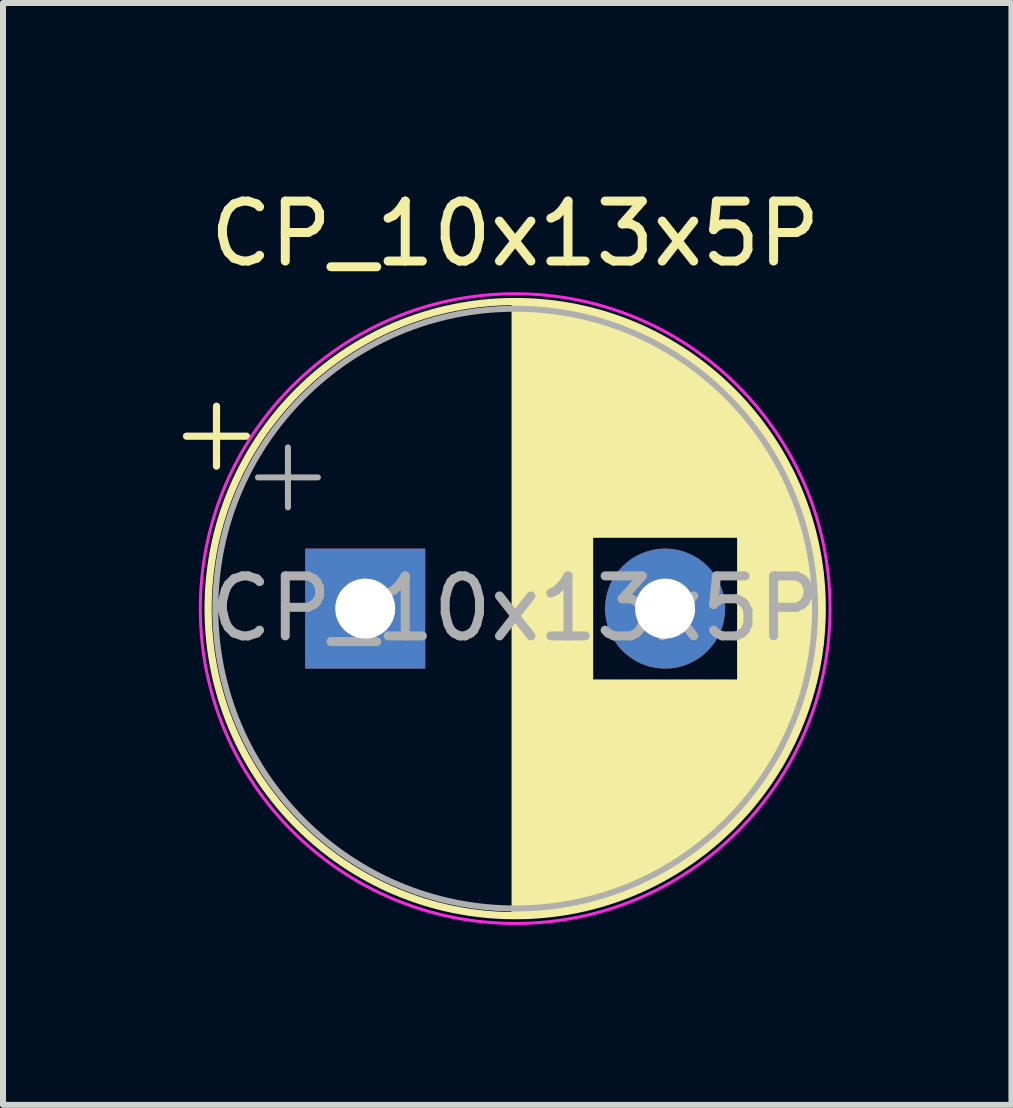
<source format=kicad_pcb>
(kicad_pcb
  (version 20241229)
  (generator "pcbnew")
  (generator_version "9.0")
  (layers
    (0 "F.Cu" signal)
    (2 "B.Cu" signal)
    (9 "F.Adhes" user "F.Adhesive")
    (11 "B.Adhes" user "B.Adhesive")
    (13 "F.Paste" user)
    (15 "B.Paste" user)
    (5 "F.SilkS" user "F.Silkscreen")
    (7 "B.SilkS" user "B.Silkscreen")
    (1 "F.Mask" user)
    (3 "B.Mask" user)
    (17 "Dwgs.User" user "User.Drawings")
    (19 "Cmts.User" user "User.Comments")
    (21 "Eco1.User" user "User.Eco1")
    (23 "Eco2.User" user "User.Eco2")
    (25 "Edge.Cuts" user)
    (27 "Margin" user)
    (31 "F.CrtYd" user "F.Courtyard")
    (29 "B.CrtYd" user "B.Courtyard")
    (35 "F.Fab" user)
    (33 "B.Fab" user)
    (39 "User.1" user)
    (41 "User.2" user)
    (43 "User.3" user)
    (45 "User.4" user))
  (footprint "CP_10x13x5P"
    (layer "F.Cu")
    (at 3.04 7.098)
    (property "Reference" "CP_10x13x5P" (at 2.5 -6.25 0) (layer "F.SilkS") (effects (font (size 1 1) (thickness 0.15))))
    (attr through_hole)
    (fp_line (start -2.98 -2.875) (end -1.98 -2.875) (stroke (width 0.12) (type solid)) (layer "F.SilkS"))
    (fp_line (start -2.48 -3.375) (end -2.48 -2.375) (stroke (width 0.12) (type solid)) (layer "F.SilkS"))
    (fp_line (start 2.5 -5.08) (end 2.5 5.08) (stroke (width 0.12) (type solid)) (layer "F.SilkS"))
    (fp_line (start 2.54 -5.08) (end 2.54 5.08) (stroke (width 0.12) (type solid)) (layer "F.SilkS"))
    (fp_line (start 2.58 -5.08) (end 2.58 5.08) (stroke (width 0.12) (type solid)) (layer "F.SilkS"))
    (fp_line (start 2.62 -5.079) (end 2.62 5.079) (stroke (width 0.12) (type solid)) (layer "F.SilkS"))
    (fp_line (start 2.66 -5.078) (end 2.66 5.078) (stroke (width 0.12) (type solid)) (layer "F.SilkS"))
    (fp_line (start 2.7 -5.077) (end 2.7 5.077) (stroke (width 0.12) (type solid)) (layer "F.SilkS"))
    (fp_line (start 2.74 -5.075) (end 2.74 5.075) (stroke (width 0.12) (type solid)) (layer "F.SilkS"))
    (fp_line (start 2.78 -5.073) (end 2.78 5.073) (stroke (width 0.12) (type solid)) (layer "F.SilkS"))
    (fp_line (start 2.82 -5.07) (end 2.82 5.07) (stroke (width 0.12) (type solid)) (layer "F.SilkS"))
    (fp_line (start 2.86 -5.068) (end 2.86 5.068) (stroke (width 0.12) (type solid)) (layer "F.SilkS"))
    (fp_line (start 2.9 -5.065) (end 2.9 5.065) (stroke (width 0.12) (type solid)) (layer "F.SilkS"))
    (fp_line (start 2.94 -5.062) (end 2.94 5.062) (stroke (width 0.12) (type solid)) (layer "F.SilkS"))
    (fp_line (start 2.98 -5.058) (end 2.98 5.058) (stroke (width 0.12) (type solid)) (layer "F.SilkS"))
    (fp_line (start 3.02 -5.054) (end 3.02 5.054) (stroke (width 0.12) (type solid)) (layer "F.SilkS"))
    (fp_line (start 3.06 -5.05) (end 3.06 5.05) (stroke (width 0.12) (type solid)) (layer "F.SilkS"))
    (fp_line (start 3.1 -5.045) (end 3.1 5.045) (stroke (width 0.12) (type solid)) (layer "F.SilkS"))
    (fp_line (start 3.14 -5.04) (end 3.14 5.04) (stroke (width 0.12) (type solid)) (layer "F.SilkS"))
    (fp_line (start 3.18 -5.035) (end 3.18 5.035) (stroke (width 0.12) (type solid)) (layer "F.SilkS"))
    (fp_line (start 3.221 -5.03) (end 3.221 5.03) (stroke (width 0.12) (type solid)) (layer "F.SilkS"))
    (fp_line (start 3.261 -5.024) (end 3.261 5.024) (stroke (width 0.12) (type solid)) (layer "F.SilkS"))
    (fp_line (start 3.301 -5.018) (end 3.301 5.018) (stroke (width 0.12) (type solid)) (layer "F.SilkS"))
    (fp_line (start 3.341 -5.011) (end 3.341 5.011) (stroke (width 0.12) (type solid)) (layer "F.SilkS"))
    (fp_line (start 3.381 -5.004) (end 3.381 5.004) (stroke (width 0.12) (type solid)) (layer "F.SilkS"))
    (fp_line (start 3.421 -4.997) (end 3.421 4.997) (stroke (width 0.12) (type solid)) (layer "F.SilkS"))
    (fp_line (start 3.461 -4.99) (end 3.461 4.99) (stroke (width 0.12) (type solid)) (layer "F.SilkS"))
    (fp_line (start 3.501 -4.982) (end 3.501 4.982) (stroke (width 0.12) (type solid)) (layer "F.SilkS"))
    (fp_line (start 3.541 -4.974) (end 3.541 4.974) (stroke (width 0.12) (type solid)) (layer "F.SilkS"))
    (fp_line (start 3.581 -4.965) (end 3.581 4.965) (stroke (width 0.12) (type solid)) (layer "F.SilkS"))
    (fp_line (start 3.621 -4.956) (end 3.621 4.956) (stroke (width 0.12) (type solid)) (layer "F.SilkS"))
    (fp_line (start 3.661 -4.947) (end 3.661 4.947) (stroke (width 0.12) (type solid)) (layer "F.SilkS"))
    (fp_line (start 3.701 -4.938) (end 3.701 4.938) (stroke (width 0.12) (type solid)) (layer "F.SilkS"))
    (fp_line (start 3.741 -4.928) (end 3.741 4.928) (stroke (width 0.12) (type solid)) (layer "F.SilkS"))
    (fp_line (start 3.781 -4.918) (end 3.781 -1.241) (stroke (width 0.12) (type solid)) (layer "F.SilkS"))
    (fp_line (start 3.781 1.241) (end 3.781 4.918) (stroke (width 0.12) (type solid)) (layer "F.SilkS"))
    (fp_line (start 3.821 -4.907) (end 3.821 -1.241) (stroke (width 0.12) (type solid)) (layer "F.SilkS"))
    (fp_line (start 3.821 1.241) (end 3.821 4.907) (stroke (width 0.12) (type solid)) (layer "F.SilkS"))
    (fp_line (start 3.861 -4.897) (end 3.861 -1.241) (stroke (width 0.12) (type solid)) (layer "F.SilkS"))
    (fp_line (start 3.861 1.241) (end 3.861 4.897) (stroke (width 0.12) (type solid)) (layer "F.SilkS"))
    (fp_line (start 3.901 -4.885) (end 3.901 -1.241) (stroke (width 0.12) (type solid)) (layer "F.SilkS"))
    (fp_line (start 3.901 1.241) (end 3.901 4.885) (stroke (width 0.12) (type solid)) (layer "F.SilkS"))
    (fp_line (start 3.941 -4.874) (end 3.941 -1.241) (stroke (width 0.12) (type solid)) (layer "F.SilkS"))
    (fp_line (start 3.941 1.241) (end 3.941 4.874) (stroke (width 0.12) (type solid)) (layer "F.SilkS"))
    (fp_line (start 3.981 -4.862) (end 3.981 -1.241) (stroke (width 0.12) (type solid)) (layer "F.SilkS"))
    (fp_line (start 3.981 1.241) (end 3.981 4.862) (stroke (width 0.12) (type solid)) (layer "F.SilkS"))
    (fp_line (start 4.021 -4.85) (end 4.021 -1.241) (stroke (width 0.12) (type solid)) (layer "F.SilkS"))
    (fp_line (start 4.021 1.241) (end 4.021 4.85) (stroke (width 0.12) (type solid)) (layer "F.SilkS"))
    (fp_line (start 4.061 -4.837) (end 4.061 -1.241) (stroke (width 0.12) (type solid)) (layer "F.SilkS"))
    (fp_line (start 4.061 1.241) (end 4.061 4.837) (stroke (width 0.12) (type solid)) (layer "F.SilkS"))
    (fp_line (start 4.101 -4.824) (end 4.101 -1.241) (stroke (width 0.12) (type solid)) (layer "F.SilkS"))
    (fp_line (start 4.101 1.241) (end 4.101 4.824) (stroke (width 0.12) (type solid)) (layer "F.SilkS"))
    (fp_line (start 4.141 -4.811) (end 4.141 -1.241) (stroke (width 0.12) (type solid)) (layer "F.SilkS"))
    (fp_line (start 4.141 1.241) (end 4.141 4.811) (stroke (width 0.12) (type solid)) (layer "F.SilkS"))
    (fp_line (start 4.181 -4.797) (end 4.181 -1.241) (stroke (width 0.12) (type solid)) (layer "F.SilkS"))
    (fp_line (start 4.181 1.241) (end 4.181 4.797) (stroke (width 0.12) (type solid)) (layer "F.SilkS"))
    (fp_line (start 4.221 -4.783) (end 4.221 -1.241) (stroke (width 0.12) (type solid)) (layer "F.SilkS"))
    (fp_line (start 4.221 1.241) (end 4.221 4.783) (stroke (width 0.12) (type solid)) (layer "F.SilkS"))
    (fp_line (start 4.261 -4.768) (end 4.261 -1.241) (stroke (width 0.12) (type solid)) (layer "F.SilkS"))
    (fp_line (start 4.261 1.241) (end 4.261 4.768) (stroke (width 0.12) (type solid)) (layer "F.SilkS"))
    (fp_line (start 4.301 -4.754) (end 4.301 -1.241) (stroke (width 0.12) (type solid)) (layer "F.SilkS"))
    (fp_line (start 4.301 1.241) (end 4.301 4.754) (stroke (width 0.12) (type solid)) (layer "F.SilkS"))
    (fp_line (start 4.341 -4.738) (end 4.341 -1.241) (stroke (width 0.12) (type solid)) (layer "F.SilkS"))
    (fp_line (start 4.341 1.241) (end 4.341 4.738) (stroke (width 0.12) (type solid)) (layer "F.SilkS"))
    (fp_line (start 4.381 -4.723) (end 4.381 -1.241) (stroke (width 0.12) (type solid)) (layer "F.SilkS"))
    (fp_line (start 4.381 1.241) (end 4.381 4.723) (stroke (width 0.12) (type solid)) (layer "F.SilkS"))
    (fp_line (start 4.421 -4.707) (end 4.421 -1.241) (stroke (width 0.12) (type solid)) (layer "F.SilkS"))
    (fp_line (start 4.421 1.241) (end 4.421 4.707) (stroke (width 0.12) (type solid)) (layer "F.SilkS"))
    (fp_line (start 4.461 -4.69) (end 4.461 -1.241) (stroke (width 0.12) (type solid)) (layer "F.SilkS"))
    (fp_line (start 4.461 1.241) (end 4.461 4.69) (stroke (width 0.12) (type solid)) (layer "F.SilkS"))
    (fp_line (start 4.501 -4.674) (end 4.501 -1.241) (stroke (width 0.12) (type solid)) (layer "F.SilkS"))
    (fp_line (start 4.501 1.241) (end 4.501 4.674) (stroke (width 0.12) (type solid)) (layer "F.SilkS"))
    (fp_line (start 4.541 -4.657) (end 4.541 -1.241) (stroke (width 0.12) (type solid)) (layer "F.SilkS"))
    (fp_line (start 4.541 1.241) (end 4.541 4.657) (stroke (width 0.12) (type solid)) (layer "F.SilkS"))
    (fp_line (start 4.581 -4.639) (end 4.581 -1.241) (stroke (width 0.12) (type solid)) (layer "F.SilkS"))
    (fp_line (start 4.581 1.241) (end 4.581 4.639) (stroke (width 0.12) (type solid)) (layer "F.SilkS"))
    (fp_line (start 4.621 -4.621) (end 4.621 -1.241) (stroke (width 0.12) (type solid)) (layer "F.SilkS"))
    (fp_line (start 4.621 1.241) (end 4.621 4.621) (stroke (width 0.12) (type solid)) (layer "F.SilkS"))
    (fp_line (start 4.661 -4.603) (end 4.661 -1.241) (stroke (width 0.12) (type solid)) (layer "F.SilkS"))
    (fp_line (start 4.661 1.241) (end 4.661 4.603) (stroke (width 0.12) (type solid)) (layer "F.SilkS"))
    (fp_line (start 4.701 -4.584) (end 4.701 -1.241) (stroke (width 0.12) (type solid)) (layer "F.SilkS"))
    (fp_line (start 4.701 1.241) (end 4.701 4.584) (stroke (width 0.12) (type solid)) (layer "F.SilkS"))
    (fp_line (start 4.741 -4.564) (end 4.741 -1.241) (stroke (width 0.12) (type solid)) (layer "F.SilkS"))
    (fp_line (start 4.741 1.241) (end 4.741 4.564) (stroke (width 0.12) (type solid)) (layer "F.SilkS"))
    (fp_line (start 4.781 -4.545) (end 4.781 -1.241) (stroke (width 0.12) (type solid)) (layer "F.SilkS"))
    (fp_line (start 4.781 1.241) (end 4.781 4.545) (stroke (width 0.12) (type solid)) (layer "F.SilkS"))
    (fp_line (start 4.821 -4.525) (end 4.821 -1.241) (stroke (width 0.12) (type solid)) (layer "F.SilkS"))
    (fp_line (start 4.821 1.241) (end 4.821 4.525) (stroke (width 0.12) (type solid)) (layer "F.SilkS"))
    (fp_line (start 4.861 -4.504) (end 4.861 -1.241) (stroke (width 0.12) (type solid)) (layer "F.SilkS"))
    (fp_line (start 4.861 1.241) (end 4.861 4.504) (stroke (width 0.12) (type solid)) (layer "F.SilkS"))
    (fp_line (start 4.901 -4.483) (end 4.901 -1.241) (stroke (width 0.12) (type solid)) (layer "F.SilkS"))
    (fp_line (start 4.901 1.241) (end 4.901 4.483) (stroke (width 0.12) (type solid)) (layer "F.SilkS"))
    (fp_line (start 4.941 -4.462) (end 4.941 -1.241) (stroke (width 0.12) (type solid)) (layer "F.SilkS"))
    (fp_line (start 4.941 1.241) (end 4.941 4.462) (stroke (width 0.12) (type solid)) (layer "F.SilkS"))
    (fp_line (start 4.981 -4.44) (end 4.981 -1.241) (stroke (width 0.12) (type solid)) (layer "F.SilkS"))
    (fp_line (start 4.981 1.241) (end 4.981 4.44) (stroke (width 0.12) (type solid)) (layer "F.SilkS"))
    (fp_line (start 5.021 -4.417) (end 5.021 -1.241) (stroke (width 0.12) (type solid)) (layer "F.SilkS"))
    (fp_line (start 5.021 1.241) (end 5.021 4.417) (stroke (width 0.12) (type solid)) (layer "F.SilkS"))
    (fp_line (start 5.061 -4.395) (end 5.061 -1.241) (stroke (width 0.12) (type solid)) (layer "F.SilkS"))
    (fp_line (start 5.061 1.241) (end 5.061 4.395) (stroke (width 0.12) (type solid)) (layer "F.SilkS"))
    (fp_line (start 5.101 -4.371) (end 5.101 -1.241) (stroke (width 0.12) (type solid)) (layer "F.SilkS"))
    (fp_line (start 5.101 1.241) (end 5.101 4.371) (stroke (width 0.12) (type solid)) (layer "F.SilkS"))
    (fp_line (start 5.141 -4.347) (end 5.141 -1.241) (stroke (width 0.12) (type solid)) (layer "F.SilkS"))
    (fp_line (start 5.141 1.241) (end 5.141 4.347) (stroke (width 0.12) (type solid)) (layer "F.SilkS"))
    (fp_line (start 5.181 -4.323) (end 5.181 -1.241) (stroke (width 0.12) (type solid)) (layer "F.SilkS"))
    (fp_line (start 5.181 1.241) (end 5.181 4.323) (stroke (width 0.12) (type solid)) (layer "F.SilkS"))
    (fp_line (start 5.221 -4.298) (end 5.221 -1.241) (stroke (width 0.12) (type solid)) (layer "F.SilkS"))
    (fp_line (start 5.221 1.241) (end 5.221 4.298) (stroke (width 0.12) (type solid)) (layer "F.SilkS"))
    (fp_line (start 5.261 -4.273) (end 5.261 -1.241) (stroke (width 0.12) (type solid)) (layer "F.SilkS"))
    (fp_line (start 5.261 1.241) (end 5.261 4.273) (stroke (width 0.12) (type solid)) (layer "F.SilkS"))
    (fp_line (start 5.301 -4.247) (end 5.301 -1.241) (stroke (width 0.12) (type solid)) (layer "F.SilkS"))
    (fp_line (start 5.301 1.241) (end 5.301 4.247) (stroke (width 0.12) (type solid)) (layer "F.SilkS"))
    (fp_line (start 5.341 -4.221) (end 5.341 -1.241) (stroke (width 0.12) (type solid)) (layer "F.SilkS"))
    (fp_line (start 5.341 1.241) (end 5.341 4.221) (stroke (width 0.12) (type solid)) (layer "F.SilkS"))
    (fp_line (start 5.381 -4.194) (end 5.381 -1.241) (stroke (width 0.12) (type solid)) (layer "F.SilkS"))
    (fp_line (start 5.381 1.241) (end 5.381 4.194) (stroke (width 0.12) (type solid)) (layer "F.SilkS"))
    (fp_line (start 5.421 -4.166) (end 5.421 -1.241) (stroke (width 0.12) (type solid)) (layer "F.SilkS"))
    (fp_line (start 5.421 1.241) (end 5.421 4.166) (stroke (width 0.12) (type solid)) (layer "F.SilkS"))
    (fp_line (start 5.461 -4.138) (end 5.461 -1.241) (stroke (width 0.12) (type solid)) (layer "F.SilkS"))
    (fp_line (start 5.461 1.241) (end 5.461 4.138) (stroke (width 0.12) (type solid)) (layer "F.SilkS"))
    (fp_line (start 5.501 -4.11) (end 5.501 -1.241) (stroke (width 0.12) (type solid)) (layer "F.SilkS"))
    (fp_line (start 5.501 1.241) (end 5.501 4.11) (stroke (width 0.12) (type solid)) (layer "F.SilkS"))
    (fp_line (start 5.541 -4.08) (end 5.541 -1.241) (stroke (width 0.12) (type solid)) (layer "F.SilkS"))
    (fp_line (start 5.541 1.241) (end 5.541 4.08) (stroke (width 0.12) (type solid)) (layer "F.SilkS"))
    (fp_line (start 5.581 -4.05) (end 5.581 -1.241) (stroke (width 0.12) (type solid)) (layer "F.SilkS"))
    (fp_line (start 5.581 1.241) (end 5.581 4.05) (stroke (width 0.12) (type solid)) (layer "F.SilkS"))
    (fp_line (start 5.621 -4.02) (end 5.621 -1.241) (stroke (width 0.12) (type solid)) (layer "F.SilkS"))
    (fp_line (start 5.621 1.241) (end 5.621 4.02) (stroke (width 0.12) (type solid)) (layer "F.SilkS"))
    (fp_line (start 5.661 -3.989) (end 5.661 -1.241) (stroke (width 0.12) (type solid)) (layer "F.SilkS"))
    (fp_line (start 5.661 1.241) (end 5.661 3.989) (stroke (width 0.12) (type solid)) (layer "F.SilkS"))
    (fp_line (start 5.701 -3.957) (end 5.701 -1.241) (stroke (width 0.12) (type solid)) (layer "F.SilkS"))
    (fp_line (start 5.701 1.241) (end 5.701 3.957) (stroke (width 0.12) (type solid)) (layer "F.SilkS"))
    (fp_line (start 5.741 -3.925) (end 5.741 -1.241) (stroke (width 0.12) (type solid)) (layer "F.SilkS"))
    (fp_line (start 5.741 1.241) (end 5.741 3.925) (stroke (width 0.12) (type solid)) (layer "F.SilkS"))
    (fp_line (start 5.781 -3.892) (end 5.781 -1.241) (stroke (width 0.12) (type solid)) (layer "F.SilkS"))
    (fp_line (start 5.781 1.241) (end 5.781 3.892) (stroke (width 0.12) (type solid)) (layer "F.SilkS"))
    (fp_line (start 5.821 -3.858) (end 5.821 -1.241) (stroke (width 0.12) (type solid)) (layer "F.SilkS"))
    (fp_line (start 5.821 1.241) (end 5.821 3.858) (stroke (width 0.12) (type solid)) (layer "F.SilkS"))
    (fp_line (start 5.861 -3.824) (end 5.861 -1.241) (stroke (width 0.12) (type solid)) (layer "F.SilkS"))
    (fp_line (start 5.861 1.241) (end 5.861 3.824) (stroke (width 0.12) (type solid)) (layer "F.SilkS"))
    (fp_line (start 5.901 -3.789) (end 5.901 -1.241) (stroke (width 0.12) (type solid)) (layer "F.SilkS"))
    (fp_line (start 5.901 1.241) (end 5.901 3.789) (stroke (width 0.12) (type solid)) (layer "F.SilkS"))
    (fp_line (start 5.941 -3.753) (end 5.941 -1.241) (stroke (width 0.12) (type solid)) (layer "F.SilkS"))
    (fp_line (start 5.941 1.241) (end 5.941 3.753) (stroke (width 0.12) (type solid)) (layer "F.SilkS"))
    (fp_line (start 5.981 -3.716) (end 5.981 -1.241) (stroke (width 0.12) (type solid)) (layer "F.SilkS"))
    (fp_line (start 5.981 1.241) (end 5.981 3.716) (stroke (width 0.12) (type solid)) (layer "F.SilkS"))
    (fp_line (start 6.021 -3.679) (end 6.021 -1.241) (stroke (width 0.12) (type solid)) (layer "F.SilkS"))
    (fp_line (start 6.021 1.241) (end 6.021 3.679) (stroke (width 0.12) (type solid)) (layer "F.SilkS"))
    (fp_line (start 6.061 -3.64) (end 6.061 -1.241) (stroke (width 0.12) (type solid)) (layer "F.SilkS"))
    (fp_line (start 6.061 1.241) (end 6.061 3.64) (stroke (width 0.12) (type solid)) (layer "F.SilkS"))
    (fp_line (start 6.101 -3.601) (end 6.101 -1.241) (stroke (width 0.12) (type solid)) (layer "F.SilkS"))
    (fp_line (start 6.101 1.241) (end 6.101 3.601) (stroke (width 0.12) (type solid)) (layer "F.SilkS"))
    (fp_line (start 6.141 -3.561) (end 6.141 -1.241) (stroke (width 0.12) (type solid)) (layer "F.SilkS"))
    (fp_line (start 6.141 1.241) (end 6.141 3.561) (stroke (width 0.12) (type solid)) (layer "F.SilkS"))
    (fp_line (start 6.181 -3.52) (end 6.181 -1.241) (stroke (width 0.12) (type solid)) (layer "F.SilkS"))
    (fp_line (start 6.181 1.241) (end 6.181 3.52) (stroke (width 0.12) (type solid)) (layer "F.SilkS"))
    (fp_line (start 6.221 -3.478) (end 6.221 -1.241) (stroke (width 0.12) (type solid)) (layer "F.SilkS"))
    (fp_line (start 6.221 1.241) (end 6.221 3.478) (stroke (width 0.12) (type solid)) (layer "F.SilkS"))
    (fp_line (start 6.261 -3.436) (end 6.261 3.436) (stroke (width 0.12) (type solid)) (layer "F.SilkS"))
    (fp_line (start 6.301 -3.392) (end 6.301 3.392) (stroke (width 0.12) (type solid)) (layer "F.SilkS"))
    (fp_line (start 6.341 -3.347) (end 6.341 3.347) (stroke (width 0.12) (type solid)) (layer "F.SilkS"))
    (fp_line (start 6.381 -3.301) (end 6.381 3.301) (stroke (width 0.12) (type solid)) (layer "F.SilkS"))
    (fp_line (start 6.421 -3.254) (end 6.421 3.254) (stroke (width 0.12) (type solid)) (layer "F.SilkS"))
    (fp_line (start 6.461 -3.206) (end 6.461 3.206) (stroke (width 0.12) (type solid)) (layer "F.SilkS"))
    (fp_line (start 6.501 -3.156) (end 6.501 3.156) (stroke (width 0.12) (type solid)) (layer "F.SilkS"))
    (fp_line (start 6.541 -3.106) (end 6.541 3.106) (stroke (width 0.12) (type solid)) (layer "F.SilkS"))
    (fp_line (start 6.581 -3.054) (end 6.581 3.054) (stroke (width 0.12) (type solid)) (layer "F.SilkS"))
    (fp_line (start 6.621 -3) (end 6.621 3) (stroke (width 0.12) (type solid)) (layer "F.SilkS"))
    (fp_line (start 6.661 -2.945) (end 6.661 2.945) (stroke (width 0.12) (type solid)) (layer "F.SilkS"))
    (fp_line (start 6.701 -2.889) (end 6.701 2.889) (stroke (width 0.12) (type solid)) (layer "F.SilkS"))
    (fp_line (start 6.741 -2.83) (end 6.741 2.83) (stroke (width 0.12) (type solid)) (layer "F.SilkS"))
    (fp_line (start 6.781 -2.77) (end 6.781 2.77) (stroke (width 0.12) (type solid)) (layer "F.SilkS"))
    (fp_line (start 6.821 -2.709) (end 6.821 2.709) (stroke (width 0.12) (type solid)) (layer "F.SilkS"))
    (fp_line (start 6.861 -2.645) (end 6.861 2.645) (stroke (width 0.12) (type solid)) (layer "F.SilkS"))
    (fp_line (start 6.901 -2.579) (end 6.901 2.579) (stroke (width 0.12) (type solid)) (layer "F.SilkS"))
    (fp_line (start 6.941 -2.51) (end 6.941 2.51) (stroke (width 0.12) (type solid)) (layer "F.SilkS"))
    (fp_line (start 6.981 -2.439) (end 6.981 2.439) (stroke (width 0.12) (type solid)) (layer "F.SilkS"))
    (fp_line (start 7.021 -2.365) (end 7.021 2.365) (stroke (width 0.12) (type solid)) (layer "F.SilkS"))
    (fp_line (start 7.061 -2.289) (end 7.061 2.289) (stroke (width 0.12) (type solid)) (layer "F.SilkS"))
    (fp_line (start 7.101 -2.209) (end 7.101 2.209) (stroke (width 0.12) (type solid)) (layer "F.SilkS"))
    (fp_line (start 7.141 -2.125) (end 7.141 2.125) (stroke (width 0.12) (type solid)) (layer "F.SilkS"))
    (fp_line (start 7.181 -2.037) (end 7.181 2.037) (stroke (width 0.12) (type solid)) (layer "F.SilkS"))
    (fp_line (start 7.221 -1.944) (end 7.221 1.944) (stroke (width 0.12) (type solid)) (layer "F.SilkS"))
    (fp_line (start 7.261 -1.846) (end 7.261 1.846) (stroke (width 0.12) (type solid)) (layer "F.SilkS"))
    (fp_line (start 7.301 -1.742) (end 7.301 1.742) (stroke (width 0.12) (type solid)) (layer "F.SilkS"))
    (fp_line (start 7.341 -1.63) (end 7.341 1.63) (stroke (width 0.12) (type solid)) (layer "F.SilkS"))
    (fp_line (start 7.381 -1.51) (end 7.381 1.51) (stroke (width 0.12) (type solid)) (layer "F.SilkS"))
    (fp_line (start 7.421 -1.378) (end 7.421 1.378) (stroke (width 0.12) (type solid)) (layer "F.SilkS"))
    (fp_line (start 7.461 -1.23) (end 7.461 1.23) (stroke (width 0.12) (type solid)) (layer "F.SilkS"))
    (fp_line (start 7.501 -1.062) (end 7.501 1.062) (stroke (width 0.12) (type solid)) (layer "F.SilkS"))
    (fp_line (start 7.541 -0.862) (end 7.541 0.862) (stroke (width 0.12) (type solid)) (layer "F.SilkS"))
    (fp_line (start 7.581 -0.599) (end 7.581 0.599) (stroke (width 0.12) (type solid)) (layer "F.SilkS"))
    (fp_circle (center 2.5 0) (end 7.62 0) (stroke (width 0.12) (type solid)) (fill no) (layer "F.SilkS"))
    (fp_circle (center 2.5 0) (end 7.75 0) (stroke (width 0.05) (type solid)) (fill no) (layer "F.CrtYd"))
    (fp_line (start -1.789 -2.188) (end -0.789 -2.188) (stroke (width 0.1) (type solid)) (layer "F.Fab"))
    (fp_line (start -1.289 -2.688) (end -1.289 -1.688) (stroke (width 0.1) (type solid)) (layer "F.Fab"))
    (fp_circle (center 2.5 0) (end 7.5 0) (stroke (width 0.1) (type solid)) (fill no) (layer "F.Fab"))
    (fp_text user "${REFERENCE}" (at 2.5 0 0) (layer "F.Fab") (effects (font (size 1 1) (thickness 0.15))))
    (pad "1" thru_hole rect (at 0 0) (size 2 2) (drill 1) (layers "*.Cu" "*.Mask"))
    (pad "2" thru_hole circle (at 5 0) (size 2 2) (drill 1) (layers "*.Cu" "*.Mask")))
  (gr_rect
    (start -3 -3)
    (end 13.815 15.373)
    (stroke (width 0.1) (type default))
    (fill no)
    (layer "Edge.Cuts")))
</source>
